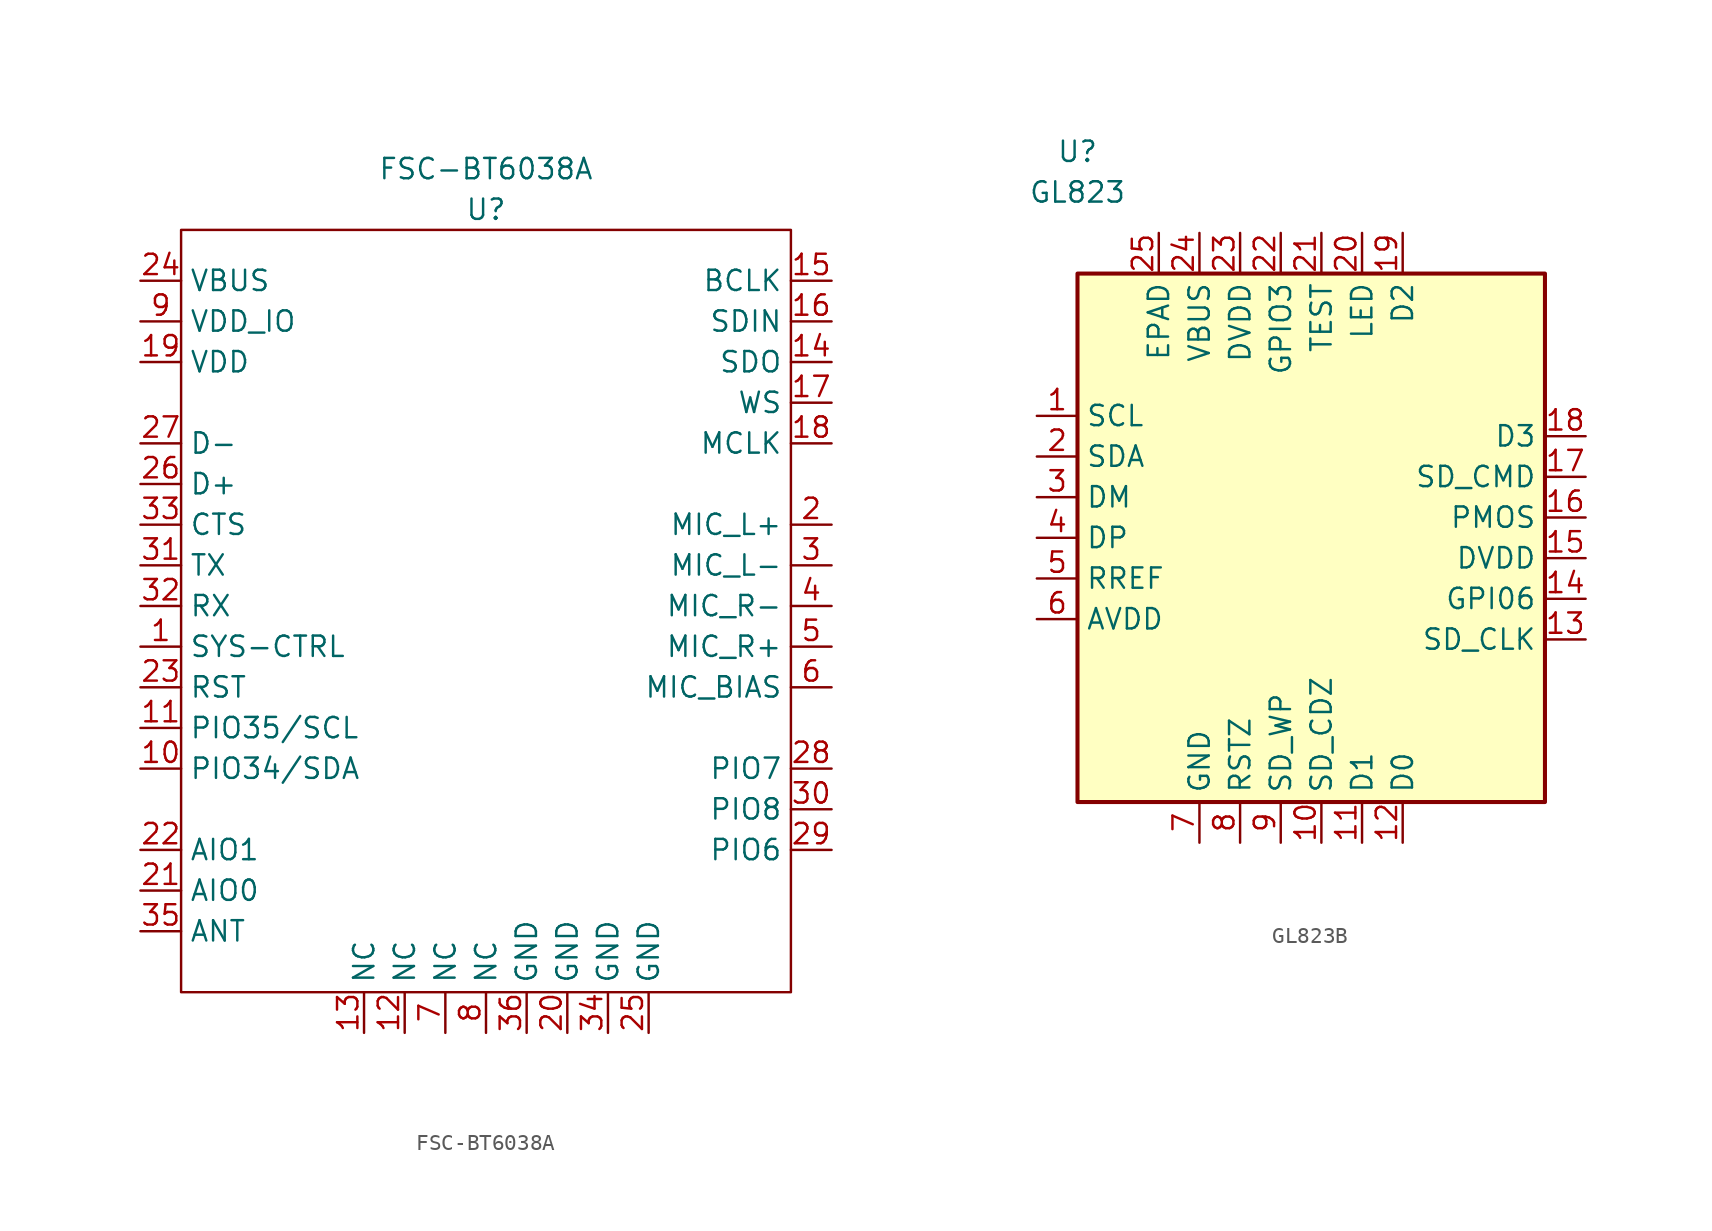
<source format=kicad_sym>
(kicad_symbol_lib
  (version 20241209)
  (generator "kicad_symbol_editor")
  (generator_version "9.0")
  (symbol "FSC-BT6038A"
    (property "Reference" "U"
      (at 0 34.925 0)
      (effects (font (size 1.27 1.27))))
    (property "Value" "FSC-BT6038A"
      (at 0 37.465 0)
      (effects (font (size 1.27 1.27))))
    (symbol "FSC-BT6038A_0_1"
      (rectangle (start -19.05 33.655) (end 19.05 -13.97) (stroke (width 0) (type default)) (fill (type none))))
    (symbol "FSC-BT6038A_1_1"
      (pin bidirectional line (at -21.59 30.48 0) (length 2.54) (name "VBUS" (effects (font (size 1.27 1.27)))) (number "24" (effects (font (size 1.27 1.27)))))
      (pin bidirectional line (at -21.59 27.94 0) (length 2.54) (name "VDD_IO" (effects (font (size 1.27 1.27)))) (number "9" (effects (font (size 1.27 1.27)))))
      (pin bidirectional line (at -21.59 25.4 0) (length 2.54) (name "VDD" (effects (font (size 1.27 1.27)))) (number "19" (effects (font (size 1.27 1.27)))))
      (pin bidirectional line (at -21.59 20.32 0) (length 2.54) (name "D-" (effects (font (size 1.27 1.27)))) (number "27" (effects (font (size 1.27 1.27)))))
      (pin bidirectional line (at -21.59 17.78 0) (length 2.54) (name "D+" (effects (font (size 1.27 1.27)))) (number "26" (effects (font (size 1.27 1.27)))))
      (pin bidirectional line (at -21.59 15.24 0) (length 2.54) (name "CTS" (effects (font (size 1.27 1.27)))) (number "33" (effects (font (size 1.27 1.27)))))
      (pin bidirectional line (at -21.59 12.7 0) (length 2.54) (name "TX" (effects (font (size 1.27 1.27)))) (number "31" (effects (font (size 1.27 1.27)))))
      (pin bidirectional line (at -21.59 10.16 0) (length 2.54) (name "RX" (effects (font (size 1.27 1.27)))) (number "32" (effects (font (size 1.27 1.27)))))
      (pin bidirectional line (at -21.59 7.62 0) (length 2.54) (name "SYS-CTRL" (effects (font (size 1.27 1.27)))) (number "1" (effects (font (size 1.27 1.27)))))
      (pin bidirectional line (at -21.59 5.08 0) (length 2.54) (name "RST" (effects (font (size 1.27 1.27)))) (number "23" (effects (font (size 1.27 1.27)))))
      (pin bidirectional line (at -21.59 2.54 0) (length 2.54) (name "PIO35/SCL" (effects (font (size 1.27 1.27)))) (number "11" (effects (font (size 1.27 1.27)))))
      (pin bidirectional line (at -21.59 0 0) (length 2.54) (name "PIO34/SDA" (effects (font (size 1.27 1.27)))) (number "10" (effects (font (size 1.27 1.27)))))
      (pin bidirectional line (at -21.59 -5.08 0) (length 2.54) (name "AIO1" (effects (font (size 1.27 1.27)))) (number "22" (effects (font (size 1.27 1.27)))))
      (pin bidirectional line (at -21.59 -7.62 0) (length 2.54) (name "AIO0" (effects (font (size 1.27 1.27)))) (number "21" (effects (font (size 1.27 1.27)))))
      (pin bidirectional line (at -21.59 -10.16 0) (length 2.54) (name "ANT" (effects (font (size 1.27 1.27)))) (number "35" (effects (font (size 1.27 1.27)))))
      (pin bidirectional line (at -7.62 -16.51 90) (length 2.54) (name "NC" (effects (font (size 1.27 1.27)))) (number "13" (effects (font (size 1.27 1.27)))))
      (pin bidirectional line (at -5.08 -16.51 90) (length 2.54) (name "NC" (effects (font (size 1.27 1.27)))) (number "12" (effects (font (size 1.27 1.27)))))
      (pin bidirectional line (at -2.54 -16.51 90) (length 2.54) (name "NC" (effects (font (size 1.27 1.27)))) (number "7" (effects (font (size 1.27 1.27)))))
      (pin bidirectional line (at 0 -16.51 90) (length 2.54) (name "NC" (effects (font (size 1.27 1.27)))) (number "8" (effects (font (size 1.27 1.27)))))
      (pin bidirectional line (at 2.54 -16.51 90) (length 2.54) (name "GND" (effects (font (size 1.27 1.27)))) (number "36" (effects (font (size 1.27 1.27)))))
      (pin bidirectional line (at 5.08 -16.51 90) (length 2.54) (name "GND" (effects (font (size 1.27 1.27)))) (number "20" (effects (font (size 1.27 1.27)))))
      (pin bidirectional line (at 7.62 -16.51 90) (length 2.54) (name "GND" (effects (font (size 1.27 1.27)))) (number "34" (effects (font (size 1.27 1.27)))))
      (pin bidirectional line (at 10.16 -16.51 90) (length 2.54) (name "GND" (effects (font (size 1.27 1.27)))) (number "25" (effects (font (size 1.27 1.27)))))
      (pin bidirectional line (at 21.59 30.48 180) (length 2.54) (name "BCLK" (effects (font (size 1.27 1.27)))) (number "15" (effects (font (size 1.27 1.27)))))
      (pin bidirectional line (at 21.59 27.94 180) (length 2.54) (name "SDIN" (effects (font (size 1.27 1.27)))) (number "16" (effects (font (size 1.27 1.27)))))
      (pin bidirectional line (at 21.59 25.4 180) (length 2.54) (name "SDO" (effects (font (size 1.27 1.27)))) (number "14" (effects (font (size 1.27 1.27)))))
      (pin bidirectional line (at 21.59 22.86 180) (length 2.54) (name "WS" (effects (font (size 1.27 1.27)))) (number "17" (effects (font (size 1.27 1.27)))))
      (pin bidirectional line (at 21.59 20.32 180) (length 2.54) (name "MCLK" (effects (font (size 1.27 1.27)))) (number "18" (effects (font (size 1.27 1.27)))))
      (pin bidirectional line (at 21.59 15.24 180) (length 2.54) (name "MIC_L+" (effects (font (size 1.27 1.27)))) (number "2" (effects (font (size 1.27 1.27)))))
      (pin bidirectional line (at 21.59 12.7 180) (length 2.54) (name "MIC_L-" (effects (font (size 1.27 1.27)))) (number "3" (effects (font (size 1.27 1.27)))))
      (pin bidirectional line (at 21.59 10.16 180) (length 2.54) (name "MIC_R-" (effects (font (size 1.27 1.27)))) (number "4" (effects (font (size 1.27 1.27)))))
      (pin bidirectional line (at 21.59 7.62 180) (length 2.54) (name "MIC_R+" (effects (font (size 1.27 1.27)))) (number "5" (effects (font (size 1.27 1.27)))))
      (pin bidirectional line (at 21.59 5.08 180) (length 2.54) (name "MIC_BIAS" (effects (font (size 1.27 1.27)))) (number "6" (effects (font (size 1.27 1.27)))))
      (pin bidirectional line (at 21.59 0 180) (length 2.54) (name "PIO7" (effects (font (size 1.27 1.27)))) (number "28" (effects (font (size 1.27 1.27)))))
      (pin bidirectional line (at 21.59 -2.54 180) (length 2.54) (name "PIO8" (effects (font (size 1.27 1.27)))) (number "30" (effects (font (size 1.27 1.27)))))
      (pin bidirectional line (at 21.59 -5.08 180) (length 2.54) (name "PIO6" (effects (font (size 1.27 1.27)))) (number "29" (effects (font (size 1.27 1.27)))))))
  (symbol "GL823B"
    (property "Reference" "U"
      (at -13.97 24.13 0)
      (effects (font (size 1.27 1.27))))
    (property "Value" "GL823"
      (at -13.97 21.59 0)
      (effects (font (size 1.27 1.27))))
    (symbol "GL823B_1_1"
      (rectangle (start -13.97 16.51) (end 15.24 -16.51) (stroke (width 0.254) (type default)) (fill (type background)))
      (pin passive line (at -16.51 7.62 0) (length 2.54) (name "SCL" (effects (font (size 1.27 1.27)))) (number "1" (effects (font (size 1.27 1.27)))))
      (pin bidirectional line (at -16.51 5.08 0) (length 2.54) (name "SDA" (effects (font (size 1.27 1.27)))) (number "2" (effects (font (size 1.27 1.27)))))
      (pin bidirectional line (at -16.51 2.54 0) (length 2.54) (name "DM" (effects (font (size 1.27 1.27)))) (number "3" (effects (font (size 1.27 1.27)))))
      (pin bidirectional line (at -16.51 0 0) (length 2.54) (name "DP" (effects (font (size 1.27 1.27)))) (number "4" (effects (font (size 1.27 1.27)))))
      (pin bidirectional line (at -16.51 -2.54 0) (length 2.54) (name "RREF" (effects (font (size 1.27 1.27)))) (number "5" (effects (font (size 1.27 1.27)))))
      (pin power_in line (at -16.51 -5.08 0) (length 2.54) (name "AVDD" (effects (font (size 1.27 1.27)))) (number "6" (effects (font (size 1.27 1.27)))))
      (pin power_in line (at -8.89 19.05 270) (length 2.54) (name "EPAD" (effects (font (size 1.27 1.27)))) (number "25" (effects (font (size 1.27 1.27)))))
      (pin power_in line (at -6.35 19.05 270) (length 2.54) (name "VBUS" (effects (font (size 1.27 1.27)))) (number "24" (effects (font (size 1.27 1.27)))))
      (pin bidirectional line (at -6.35 -19.05 90) (length 2.54) (name "GND" (effects (font (size 1.27 1.27)))) (number "7" (effects (font (size 1.27 1.27)))))
      (pin power_in line (at -3.81 19.05 270) (length 2.54) (name "DVDD" (effects (font (size 1.27 1.27)))) (number "23" (effects (font (size 1.27 1.27)))))
      (pin bidirectional line (at -3.81 -19.05 90) (length 2.54) (name "RSTZ" (effects (font (size 1.27 1.27)))) (number "8" (effects (font (size 1.27 1.27)))))
      (pin bidirectional line (at -1.27 19.05 270) (length 2.54) (name "GPIO3" (effects (font (size 1.27 1.27)))) (number "22" (effects (font (size 1.27 1.27)))))
      (pin bidirectional line (at -1.27 -19.05 90) (length 2.54) (name "SD_WP" (effects (font (size 1.27 1.27)))) (number "9" (effects (font (size 1.27 1.27)))))
      (pin bidirectional line (at 1.27 19.05 270) (length 2.54) (name "TEST" (effects (font (size 1.27 1.27)))) (number "21" (effects (font (size 1.27 1.27)))))
      (pin power_in line (at 1.27 -19.05 90) (length 2.54) (name "SD_CDZ" (effects (font (size 1.27 1.27)))) (number "10" (effects (font (size 1.27 1.27)))))
      (pin bidirectional line (at 3.81 19.05 270) (length 2.54) (name "LED" (effects (font (size 1.27 1.27)))) (number "20" (effects (font (size 1.27 1.27)))))
      (pin bidirectional line (at 3.81 -19.05 90) (length 2.54) (name "D1" (effects (font (size 1.27 1.27)))) (number "11" (effects (font (size 1.27 1.27)))))
      (pin bidirectional line (at 6.35 19.05 270) (length 2.54) (name "D2" (effects (font (size 1.27 1.27)))) (number "19" (effects (font (size 1.27 1.27)))))
      (pin bidirectional line (at 6.35 -19.05 90) (length 2.54) (name "D0" (effects (font (size 1.27 1.27)))) (number "12" (effects (font (size 1.27 1.27)))))
      (pin bidirectional line (at 17.78 6.35 180) (length 2.54) (name "D3" (effects (font (size 1.27 1.27)))) (number "18" (effects (font (size 1.27 1.27)))))
      (pin bidirectional line (at 17.78 3.81 180) (length 2.54) (name "SD_CMD" (effects (font (size 1.27 1.27)))) (number "17" (effects (font (size 1.27 1.27)))))
      (pin bidirectional line (at 17.78 1.27 180) (length 2.54) (name "PMOS" (effects (font (size 1.27 1.27)))) (number "16" (effects (font (size 1.27 1.27)))))
      (pin bidirectional line (at 17.78 -1.27 180) (length 2.54) (name "DVDD" (effects (font (size 1.27 1.27)))) (number "15" (effects (font (size 1.27 1.27)))))
      (pin bidirectional line (at 17.78 -3.81 180) (length 2.54) (name "GPI06" (effects (font (size 1.27 1.27)))) (number "14" (effects (font (size 1.27 1.27)))))
      (pin power_in line (at 17.78 -6.35 180) (length 2.54) (name "SD_CLK" (effects (font (size 1.27 1.27)))) (number "13" (effects (font (size 1.27 1.27))))))))
</source>
